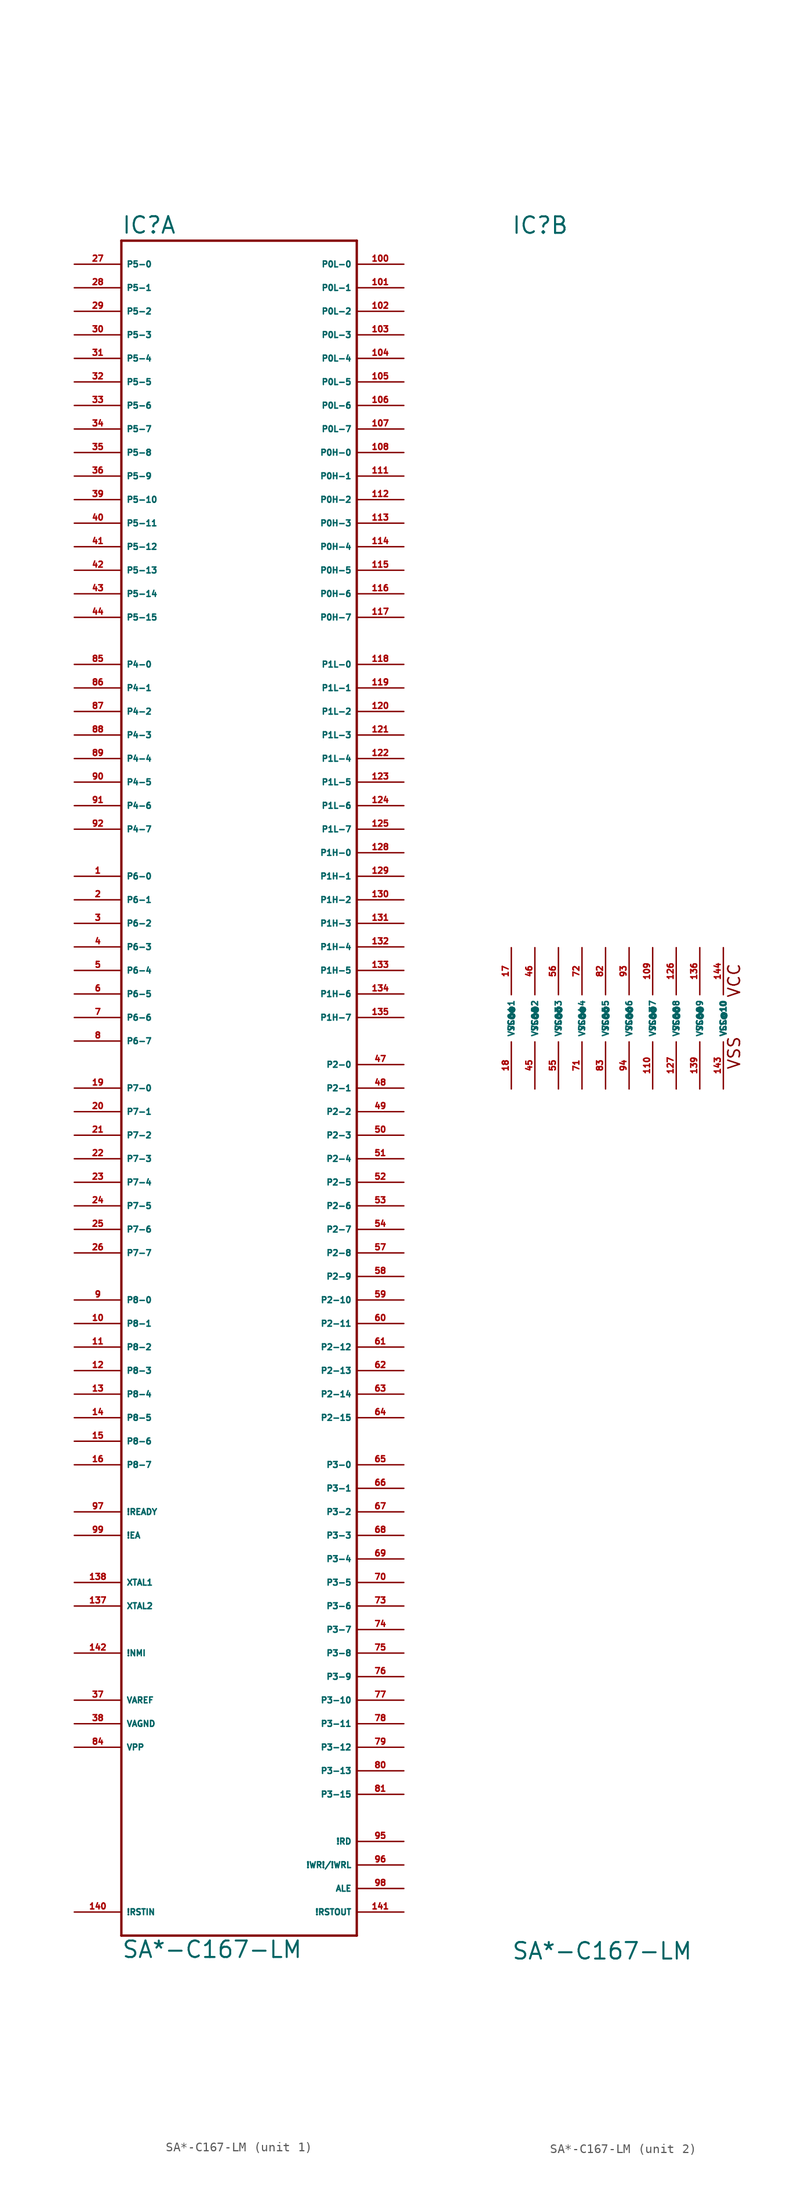
<source format=kicad_sym>
(kicad_symbol_lib
  (version 20220914)
  (generator Eagle2Kicad)
  (symbol "SA*-C167-LM"
    (property "Reference" "IC"
      (at -10.16 84.455 0)
      (effects (font (size 1.778 1.778) (thickness 0.22)) (justify left bottom)))
    (property "Value" "SA*-C167-LM"
      (at -10.16 -101.6 0)
      (effects (font (size 1.778 1.778) (thickness 0.22)) (justify left bottom)))
    (symbol "SA*-C167-LM_1_0"
      (polyline (pts (xy -10.16 -99.06) (xy 15.24 -99.06)) (stroke (width 0.254) (type default)) (fill (type none)))
      (polyline (pts (xy 15.24 -99.06) (xy 15.24 83.82)) (stroke (width 0.254) (type default)) (fill (type none)))
      (polyline (pts (xy 15.24 83.82) (xy -10.16 83.82)) (stroke (width 0.254) (type default)) (fill (type none)))
      (polyline (pts (xy -10.16 83.82) (xy -10.16 -99.06)) (stroke (width 0.254) (type default)) (fill (type none)))
      (pin input line (at -15.24 81.28 0) (length 5.08) (name "P5-0" (effects (font (size 0.635 0.635) (thickness 0.08)) (justify left bottom))) (number "27" (effects (font (size 0.635 0.635) (thickness 0.08)) (justify left bottom))))
      (pin input line (at -15.24 78.74 0) (length 5.08) (name "P5-1" (effects (font (size 0.635 0.635) (thickness 0.08)) (justify left bottom))) (number "28" (effects (font (size 0.635 0.635) (thickness 0.08)) (justify left bottom))))
      (pin input line (at -15.24 76.2 0) (length 5.08) (name "P5-2" (effects (font (size 0.635 0.635) (thickness 0.08)) (justify left bottom))) (number "29" (effects (font (size 0.635 0.635) (thickness 0.08)) (justify left bottom))))
      (pin input line (at -15.24 73.66 0) (length 5.08) (name "P5-3" (effects (font (size 0.635 0.635) (thickness 0.08)) (justify left bottom))) (number "30" (effects (font (size 0.635 0.635) (thickness 0.08)) (justify left bottom))))
      (pin input line (at -15.24 71.12 0) (length 5.08) (name "P5-4" (effects (font (size 0.635 0.635) (thickness 0.08)) (justify left bottom))) (number "31" (effects (font (size 0.635 0.635) (thickness 0.08)) (justify left bottom))))
      (pin input line (at -15.24 68.58 0) (length 5.08) (name "P5-5" (effects (font (size 0.635 0.635) (thickness 0.08)) (justify left bottom))) (number "32" (effects (font (size 0.635 0.635) (thickness 0.08)) (justify left bottom))))
      (pin input line (at -15.24 66.04 0) (length 5.08) (name "P5-6" (effects (font (size 0.635 0.635) (thickness 0.08)) (justify left bottom))) (number "33" (effects (font (size 0.635 0.635) (thickness 0.08)) (justify left bottom))))
      (pin input line (at -15.24 63.5 0) (length 5.08) (name "P5-7" (effects (font (size 0.635 0.635) (thickness 0.08)) (justify left bottom))) (number "34" (effects (font (size 0.635 0.635) (thickness 0.08)) (justify left bottom))))
      (pin input line (at -15.24 60.96 0) (length 5.08) (name "P5-8" (effects (font (size 0.635 0.635) (thickness 0.08)) (justify left bottom))) (number "35" (effects (font (size 0.635 0.635) (thickness 0.08)) (justify left bottom))))
      (pin input line (at -15.24 58.42 0) (length 5.08) (name "P5-9" (effects (font (size 0.635 0.635) (thickness 0.08)) (justify left bottom))) (number "36" (effects (font (size 0.635 0.635) (thickness 0.08)) (justify left bottom))))
      (pin input line (at -15.24 55.88 0) (length 5.08) (name "P5-10" (effects (font (size 0.635 0.635) (thickness 0.08)) (justify left bottom))) (number "39" (effects (font (size 0.635 0.635) (thickness 0.08)) (justify left bottom))))
      (pin input line (at -15.24 53.34 0) (length 5.08) (name "P5-11" (effects (font (size 0.635 0.635) (thickness 0.08)) (justify left bottom))) (number "40" (effects (font (size 0.635 0.635) (thickness 0.08)) (justify left bottom))))
      (pin input line (at -15.24 50.8 0) (length 5.08) (name "P5-12" (effects (font (size 0.635 0.635) (thickness 0.08)) (justify left bottom))) (number "41" (effects (font (size 0.635 0.635) (thickness 0.08)) (justify left bottom))))
      (pin input line (at -15.24 48.26 0) (length 5.08) (name "P5-13" (effects (font (size 0.635 0.635) (thickness 0.08)) (justify left bottom))) (number "42" (effects (font (size 0.635 0.635) (thickness 0.08)) (justify left bottom))))
      (pin input line (at -15.24 45.72 0) (length 5.08) (name "P5-14" (effects (font (size 0.635 0.635) (thickness 0.08)) (justify left bottom))) (number "43" (effects (font (size 0.635 0.635) (thickness 0.08)) (justify left bottom))))
      (pin input line (at -15.24 43.18 0) (length 5.08) (name "P5-15" (effects (font (size 0.635 0.635) (thickness 0.08)) (justify left bottom))) (number "44" (effects (font (size 0.635 0.635) (thickness 0.08)) (justify left bottom))))
      (pin bidirectional line (at 20.32 81.28 180) (length 5.08) (name "P0L-0" (effects (font (size 0.635 0.635) (thickness 0.08)) (justify left bottom))) (number "100" (effects (font (size 0.635 0.635) (thickness 0.08)) (justify left bottom))))
      (pin bidirectional line (at 20.32 78.74 180) (length 5.08) (name "P0L-1" (effects (font (size 0.635 0.635) (thickness 0.08)) (justify left bottom))) (number "101" (effects (font (size 0.635 0.635) (thickness 0.08)) (justify left bottom))))
      (pin bidirectional line (at 20.32 76.2 180) (length 5.08) (name "P0L-2" (effects (font (size 0.635 0.635) (thickness 0.08)) (justify left bottom))) (number "102" (effects (font (size 0.635 0.635) (thickness 0.08)) (justify left bottom))))
      (pin bidirectional line (at 20.32 73.66 180) (length 5.08) (name "P0L-3" (effects (font (size 0.635 0.635) (thickness 0.08)) (justify left bottom))) (number "103" (effects (font (size 0.635 0.635) (thickness 0.08)) (justify left bottom))))
      (pin bidirectional line (at 20.32 71.12 180) (length 5.08) (name "P0L-4" (effects (font (size 0.635 0.635) (thickness 0.08)) (justify left bottom))) (number "104" (effects (font (size 0.635 0.635) (thickness 0.08)) (justify left bottom))))
      (pin bidirectional line (at 20.32 68.58 180) (length 5.08) (name "P0L-5" (effects (font (size 0.635 0.635) (thickness 0.08)) (justify left bottom))) (number "105" (effects (font (size 0.635 0.635) (thickness 0.08)) (justify left bottom))))
      (pin bidirectional line (at 20.32 66.04 180) (length 5.08) (name "P0L-6" (effects (font (size 0.635 0.635) (thickness 0.08)) (justify left bottom))) (number "106" (effects (font (size 0.635 0.635) (thickness 0.08)) (justify left bottom))))
      (pin bidirectional line (at 20.32 63.5 180) (length 5.08) (name "P0L-7" (effects (font (size 0.635 0.635) (thickness 0.08)) (justify left bottom))) (number "107" (effects (font (size 0.635 0.635) (thickness 0.08)) (justify left bottom))))
      (pin bidirectional line (at 20.32 60.96 180) (length 5.08) (name "P0H-0" (effects (font (size 0.635 0.635) (thickness 0.08)) (justify left bottom))) (number "108" (effects (font (size 0.635 0.635) (thickness 0.08)) (justify left bottom))))
      (pin bidirectional line (at 20.32 58.42 180) (length 5.08) (name "P0H-1" (effects (font (size 0.635 0.635) (thickness 0.08)) (justify left bottom))) (number "111" (effects (font (size 0.635 0.635) (thickness 0.08)) (justify left bottom))))
      (pin bidirectional line (at 20.32 55.88 180) (length 5.08) (name "P0H-2" (effects (font (size 0.635 0.635) (thickness 0.08)) (justify left bottom))) (number "112" (effects (font (size 0.635 0.635) (thickness 0.08)) (justify left bottom))))
      (pin bidirectional line (at 20.32 53.34 180) (length 5.08) (name "P0H-3" (effects (font (size 0.635 0.635) (thickness 0.08)) (justify left bottom))) (number "113" (effects (font (size 0.635 0.635) (thickness 0.08)) (justify left bottom))))
      (pin bidirectional line (at 20.32 50.8 180) (length 5.08) (name "P0H-4" (effects (font (size 0.635 0.635) (thickness 0.08)) (justify left bottom))) (number "114" (effects (font (size 0.635 0.635) (thickness 0.08)) (justify left bottom))))
      (pin bidirectional line (at 20.32 48.26 180) (length 5.08) (name "P0H-5" (effects (font (size 0.635 0.635) (thickness 0.08)) (justify left bottom))) (number "115" (effects (font (size 0.635 0.635) (thickness 0.08)) (justify left bottom))))
      (pin bidirectional line (at 20.32 45.72 180) (length 5.08) (name "P0H-6" (effects (font (size 0.635 0.635) (thickness 0.08)) (justify left bottom))) (number "116" (effects (font (size 0.635 0.635) (thickness 0.08)) (justify left bottom))))
      (pin bidirectional line (at 20.32 43.18 180) (length 5.08) (name "P0H-7" (effects (font (size 0.635 0.635) (thickness 0.08)) (justify left bottom))) (number "117" (effects (font (size 0.635 0.635) (thickness 0.08)) (justify left bottom))))
      (pin bidirectional line (at 20.32 38.1 180) (length 5.08) (name "P1L-0" (effects (font (size 0.635 0.635) (thickness 0.08)) (justify left bottom))) (number "118" (effects (font (size 0.635 0.635) (thickness 0.08)) (justify left bottom))))
      (pin bidirectional line (at 20.32 35.56 180) (length 5.08) (name "P1L-1" (effects (font (size 0.635 0.635) (thickness 0.08)) (justify left bottom))) (number "119" (effects (font (size 0.635 0.635) (thickness 0.08)) (justify left bottom))))
      (pin bidirectional line (at 20.32 33.02 180) (length 5.08) (name "P1L-2" (effects (font (size 0.635 0.635) (thickness 0.08)) (justify left bottom))) (number "120" (effects (font (size 0.635 0.635) (thickness 0.08)) (justify left bottom))))
      (pin bidirectional line (at 20.32 30.48 180) (length 5.08) (name "P1L-3" (effects (font (size 0.635 0.635) (thickness 0.08)) (justify left bottom))) (number "121" (effects (font (size 0.635 0.635) (thickness 0.08)) (justify left bottom))))
      (pin bidirectional line (at 20.32 27.94 180) (length 5.08) (name "P1L-4" (effects (font (size 0.635 0.635) (thickness 0.08)) (justify left bottom))) (number "122" (effects (font (size 0.635 0.635) (thickness 0.08)) (justify left bottom))))
      (pin bidirectional line (at 20.32 25.4 180) (length 5.08) (name "P1L-5" (effects (font (size 0.635 0.635) (thickness 0.08)) (justify left bottom))) (number "123" (effects (font (size 0.635 0.635) (thickness 0.08)) (justify left bottom))))
      (pin bidirectional line (at 20.32 22.86 180) (length 5.08) (name "P1L-6" (effects (font (size 0.635 0.635) (thickness 0.08)) (justify left bottom))) (number "124" (effects (font (size 0.635 0.635) (thickness 0.08)) (justify left bottom))))
      (pin bidirectional line (at 20.32 20.32 180) (length 5.08) (name "P1L-7" (effects (font (size 0.635 0.635) (thickness 0.08)) (justify left bottom))) (number "125" (effects (font (size 0.635 0.635) (thickness 0.08)) (justify left bottom))))
      (pin bidirectional line (at 20.32 17.78 180) (length 5.08) (name "P1H-0" (effects (font (size 0.635 0.635) (thickness 0.08)) (justify left bottom))) (number "128" (effects (font (size 0.635 0.635) (thickness 0.08)) (justify left bottom))))
      (pin bidirectional line (at 20.32 15.24 180) (length 5.08) (name "P1H-1" (effects (font (size 0.635 0.635) (thickness 0.08)) (justify left bottom))) (number "129" (effects (font (size 0.635 0.635) (thickness 0.08)) (justify left bottom))))
      (pin bidirectional line (at 20.32 12.7 180) (length 5.08) (name "P1H-2" (effects (font (size 0.635 0.635) (thickness 0.08)) (justify left bottom))) (number "130" (effects (font (size 0.635 0.635) (thickness 0.08)) (justify left bottom))))
      (pin bidirectional line (at 20.32 10.16 180) (length 5.08) (name "P1H-3" (effects (font (size 0.635 0.635) (thickness 0.08)) (justify left bottom))) (number "131" (effects (font (size 0.635 0.635) (thickness 0.08)) (justify left bottom))))
      (pin bidirectional line (at 20.32 7.62 180) (length 5.08) (name "P1H-4" (effects (font (size 0.635 0.635) (thickness 0.08)) (justify left bottom))) (number "132" (effects (font (size 0.635 0.635) (thickness 0.08)) (justify left bottom))))
      (pin bidirectional line (at 20.32 5.08 180) (length 5.08) (name "P1H-5" (effects (font (size 0.635 0.635) (thickness 0.08)) (justify left bottom))) (number "133" (effects (font (size 0.635 0.635) (thickness 0.08)) (justify left bottom))))
      (pin bidirectional line (at 20.32 2.54 180) (length 5.08) (name "P1H-6" (effects (font (size 0.635 0.635) (thickness 0.08)) (justify left bottom))) (number "134" (effects (font (size 0.635 0.635) (thickness 0.08)) (justify left bottom))))
      (pin bidirectional line (at 20.32 0 180) (length 5.08) (name "P1H-7" (effects (font (size 0.635 0.635) (thickness 0.08)) (justify left bottom))) (number "135" (effects (font (size 0.635 0.635) (thickness 0.08)) (justify left bottom))))
      (pin bidirectional line (at 20.32 -5.08 180) (length 5.08) (name "P2-0" (effects (font (size 0.635 0.635) (thickness 0.08)) (justify left bottom))) (number "47" (effects (font (size 0.635 0.635) (thickness 0.08)) (justify left bottom))))
      (pin bidirectional line (at 20.32 -7.62 180) (length 5.08) (name "P2-1" (effects (font (size 0.635 0.635) (thickness 0.08)) (justify left bottom))) (number "48" (effects (font (size 0.635 0.635) (thickness 0.08)) (justify left bottom))))
      (pin bidirectional line (at 20.32 -10.16 180) (length 5.08) (name "P2-2" (effects (font (size 0.635 0.635) (thickness 0.08)) (justify left bottom))) (number "49" (effects (font (size 0.635 0.635) (thickness 0.08)) (justify left bottom))))
      (pin bidirectional line (at 20.32 -12.7 180) (length 5.08) (name "P2-3" (effects (font (size 0.635 0.635) (thickness 0.08)) (justify left bottom))) (number "50" (effects (font (size 0.635 0.635) (thickness 0.08)) (justify left bottom))))
      (pin bidirectional line (at 20.32 -15.24 180) (length 5.08) (name "P2-4" (effects (font (size 0.635 0.635) (thickness 0.08)) (justify left bottom))) (number "51" (effects (font (size 0.635 0.635) (thickness 0.08)) (justify left bottom))))
      (pin bidirectional line (at 20.32 -17.78 180) (length 5.08) (name "P2-5" (effects (font (size 0.635 0.635) (thickness 0.08)) (justify left bottom))) (number "52" (effects (font (size 0.635 0.635) (thickness 0.08)) (justify left bottom))))
      (pin bidirectional line (at 20.32 -20.32 180) (length 5.08) (name "P2-6" (effects (font (size 0.635 0.635) (thickness 0.08)) (justify left bottom))) (number "53" (effects (font (size 0.635 0.635) (thickness 0.08)) (justify left bottom))))
      (pin bidirectional line (at 20.32 -22.86 180) (length 5.08) (name "P2-7" (effects (font (size 0.635 0.635) (thickness 0.08)) (justify left bottom))) (number "54" (effects (font (size 0.635 0.635) (thickness 0.08)) (justify left bottom))))
      (pin bidirectional line (at 20.32 -25.4 180) (length 5.08) (name "P2-8" (effects (font (size 0.635 0.635) (thickness 0.08)) (justify left bottom))) (number "57" (effects (font (size 0.635 0.635) (thickness 0.08)) (justify left bottom))))
      (pin bidirectional line (at 20.32 -27.94 180) (length 5.08) (name "P2-9" (effects (font (size 0.635 0.635) (thickness 0.08)) (justify left bottom))) (number "58" (effects (font (size 0.635 0.635) (thickness 0.08)) (justify left bottom))))
      (pin bidirectional line (at 20.32 -30.48 180) (length 5.08) (name "P2-10" (effects (font (size 0.635 0.635) (thickness 0.08)) (justify left bottom))) (number "59" (effects (font (size 0.635 0.635) (thickness 0.08)) (justify left bottom))))
      (pin bidirectional line (at 20.32 -33.02 180) (length 5.08) (name "P2-11" (effects (font (size 0.635 0.635) (thickness 0.08)) (justify left bottom))) (number "60" (effects (font (size 0.635 0.635) (thickness 0.08)) (justify left bottom))))
      (pin bidirectional line (at 20.32 -35.56 180) (length 5.08) (name "P2-12" (effects (font (size 0.635 0.635) (thickness 0.08)) (justify left bottom))) (number "61" (effects (font (size 0.635 0.635) (thickness 0.08)) (justify left bottom))))
      (pin bidirectional line (at 20.32 -38.1 180) (length 5.08) (name "P2-13" (effects (font (size 0.635 0.635) (thickness 0.08)) (justify left bottom))) (number "62" (effects (font (size 0.635 0.635) (thickness 0.08)) (justify left bottom))))
      (pin bidirectional line (at 20.32 -40.64 180) (length 5.08) (name "P2-14" (effects (font (size 0.635 0.635) (thickness 0.08)) (justify left bottom))) (number "63" (effects (font (size 0.635 0.635) (thickness 0.08)) (justify left bottom))))
      (pin bidirectional line (at 20.32 -43.18 180) (length 5.08) (name "P2-15" (effects (font (size 0.635 0.635) (thickness 0.08)) (justify left bottom))) (number "64" (effects (font (size 0.635 0.635) (thickness 0.08)) (justify left bottom))))
      (pin bidirectional line (at 20.32 -48.26 180) (length 5.08) (name "P3-0" (effects (font (size 0.635 0.635) (thickness 0.08)) (justify left bottom))) (number "65" (effects (font (size 0.635 0.635) (thickness 0.08)) (justify left bottom))))
      (pin bidirectional line (at 20.32 -50.8 180) (length 5.08) (name "P3-1" (effects (font (size 0.635 0.635) (thickness 0.08)) (justify left bottom))) (number "66" (effects (font (size 0.635 0.635) (thickness 0.08)) (justify left bottom))))
      (pin bidirectional line (at 20.32 -53.34 180) (length 5.08) (name "P3-2" (effects (font (size 0.635 0.635) (thickness 0.08)) (justify left bottom))) (number "67" (effects (font (size 0.635 0.635) (thickness 0.08)) (justify left bottom))))
      (pin bidirectional line (at 20.32 -55.88 180) (length 5.08) (name "P3-3" (effects (font (size 0.635 0.635) (thickness 0.08)) (justify left bottom))) (number "68" (effects (font (size 0.635 0.635) (thickness 0.08)) (justify left bottom))))
      (pin bidirectional line (at 20.32 -58.42 180) (length 5.08) (name "P3-4" (effects (font (size 0.635 0.635) (thickness 0.08)) (justify left bottom))) (number "69" (effects (font (size 0.635 0.635) (thickness 0.08)) (justify left bottom))))
      (pin bidirectional line (at 20.32 -60.96 180) (length 5.08) (name "P3-5" (effects (font (size 0.635 0.635) (thickness 0.08)) (justify left bottom))) (number "70" (effects (font (size 0.635 0.635) (thickness 0.08)) (justify left bottom))))
      (pin bidirectional line (at 20.32 -63.5 180) (length 5.08) (name "P3-6" (effects (font (size 0.635 0.635) (thickness 0.08)) (justify left bottom))) (number "73" (effects (font (size 0.635 0.635) (thickness 0.08)) (justify left bottom))))
      (pin bidirectional line (at 20.32 -66.04 180) (length 5.08) (name "P3-7" (effects (font (size 0.635 0.635) (thickness 0.08)) (justify left bottom))) (number "74" (effects (font (size 0.635 0.635) (thickness 0.08)) (justify left bottom))))
      (pin bidirectional line (at 20.32 -68.58 180) (length 5.08) (name "P3-8" (effects (font (size 0.635 0.635) (thickness 0.08)) (justify left bottom))) (number "75" (effects (font (size 0.635 0.635) (thickness 0.08)) (justify left bottom))))
      (pin bidirectional line (at 20.32 -71.12 180) (length 5.08) (name "P3-9" (effects (font (size 0.635 0.635) (thickness 0.08)) (justify left bottom))) (number "76" (effects (font (size 0.635 0.635) (thickness 0.08)) (justify left bottom))))
      (pin bidirectional line (at 20.32 -73.66 180) (length 5.08) (name "P3-10" (effects (font (size 0.635 0.635) (thickness 0.08)) (justify left bottom))) (number "77" (effects (font (size 0.635 0.635) (thickness 0.08)) (justify left bottom))))
      (pin bidirectional line (at 20.32 -76.2 180) (length 5.08) (name "P3-11" (effects (font (size 0.635 0.635) (thickness 0.08)) (justify left bottom))) (number "78" (effects (font (size 0.635 0.635) (thickness 0.08)) (justify left bottom))))
      (pin bidirectional line (at 20.32 -78.74 180) (length 5.08) (name "P3-12" (effects (font (size 0.635 0.635) (thickness 0.08)) (justify left bottom))) (number "79" (effects (font (size 0.635 0.635) (thickness 0.08)) (justify left bottom))))
      (pin bidirectional line (at 20.32 -81.28 180) (length 5.08) (name "P3-13" (effects (font (size 0.635 0.635) (thickness 0.08)) (justify left bottom))) (number "80" (effects (font (size 0.635 0.635) (thickness 0.08)) (justify left bottom))))
      (pin bidirectional line (at 20.32 -83.82 180) (length 5.08) (name "P3-15" (effects (font (size 0.635 0.635) (thickness 0.08)) (justify left bottom))) (number "81" (effects (font (size 0.635 0.635) (thickness 0.08)) (justify left bottom))))
      (pin bidirectional line (at -15.24 38.1 0) (length 5.08) (name "P4-0" (effects (font (size 0.635 0.635) (thickness 0.08)) (justify left bottom))) (number "85" (effects (font (size 0.635 0.635) (thickness 0.08)) (justify left bottom))))
      (pin bidirectional line (at -15.24 35.56 0) (length 5.08) (name "P4-1" (effects (font (size 0.635 0.635) (thickness 0.08)) (justify left bottom))) (number "86" (effects (font (size 0.635 0.635) (thickness 0.08)) (justify left bottom))))
      (pin bidirectional line (at -15.24 33.02 0) (length 5.08) (name "P4-2" (effects (font (size 0.635 0.635) (thickness 0.08)) (justify left bottom))) (number "87" (effects (font (size 0.635 0.635) (thickness 0.08)) (justify left bottom))))
      (pin bidirectional line (at -15.24 30.48 0) (length 5.08) (name "P4-3" (effects (font (size 0.635 0.635) (thickness 0.08)) (justify left bottom))) (number "88" (effects (font (size 0.635 0.635) (thickness 0.08)) (justify left bottom))))
      (pin bidirectional line (at -15.24 27.94 0) (length 5.08) (name "P4-4" (effects (font (size 0.635 0.635) (thickness 0.08)) (justify left bottom))) (number "89" (effects (font (size 0.635 0.635) (thickness 0.08)) (justify left bottom))))
      (pin bidirectional line (at -15.24 25.4 0) (length 5.08) (name "P4-5" (effects (font (size 0.635 0.635) (thickness 0.08)) (justify left bottom))) (number "90" (effects (font (size 0.635 0.635) (thickness 0.08)) (justify left bottom))))
      (pin bidirectional line (at -15.24 22.86 0) (length 5.08) (name "P4-6" (effects (font (size 0.635 0.635) (thickness 0.08)) (justify left bottom))) (number "91" (effects (font (size 0.635 0.635) (thickness 0.08)) (justify left bottom))))
      (pin bidirectional line (at -15.24 20.32 0) (length 5.08) (name "P4-7" (effects (font (size 0.635 0.635) (thickness 0.08)) (justify left bottom))) (number "92" (effects (font (size 0.635 0.635) (thickness 0.08)) (justify left bottom))))
      (pin bidirectional line (at -15.24 15.24 0) (length 5.08) (name "P6-0" (effects (font (size 0.635 0.635) (thickness 0.08)) (justify left bottom))) (number "1" (effects (font (size 0.635 0.635) (thickness 0.08)) (justify left bottom))))
      (pin bidirectional line (at -15.24 12.7 0) (length 5.08) (name "P6-1" (effects (font (size 0.635 0.635) (thickness 0.08)) (justify left bottom))) (number "2" (effects (font (size 0.635 0.635) (thickness 0.08)) (justify left bottom))))
      (pin bidirectional line (at -15.24 10.16 0) (length 5.08) (name "P6-2" (effects (font (size 0.635 0.635) (thickness 0.08)) (justify left bottom))) (number "3" (effects (font (size 0.635 0.635) (thickness 0.08)) (justify left bottom))))
      (pin bidirectional line (at -15.24 7.62 0) (length 5.08) (name "P6-3" (effects (font (size 0.635 0.635) (thickness 0.08)) (justify left bottom))) (number "4" (effects (font (size 0.635 0.635) (thickness 0.08)) (justify left bottom))))
      (pin bidirectional line (at -15.24 5.08 0) (length 5.08) (name "P6-4" (effects (font (size 0.635 0.635) (thickness 0.08)) (justify left bottom))) (number "5" (effects (font (size 0.635 0.635) (thickness 0.08)) (justify left bottom))))
      (pin bidirectional line (at -15.24 2.54 0) (length 5.08) (name "P6-5" (effects (font (size 0.635 0.635) (thickness 0.08)) (justify left bottom))) (number "6" (effects (font (size 0.635 0.635) (thickness 0.08)) (justify left bottom))))
      (pin bidirectional line (at -15.24 0 0) (length 5.08) (name "P6-6" (effects (font (size 0.635 0.635) (thickness 0.08)) (justify left bottom))) (number "7" (effects (font (size 0.635 0.635) (thickness 0.08)) (justify left bottom))))
      (pin bidirectional line (at -15.24 -2.54 0) (length 5.08) (name "P6-7" (effects (font (size 0.635 0.635) (thickness 0.08)) (justify left bottom))) (number "8" (effects (font (size 0.635 0.635) (thickness 0.08)) (justify left bottom))))
      (pin bidirectional line (at -15.24 -7.62 0) (length 5.08) (name "P7-0" (effects (font (size 0.635 0.635) (thickness 0.08)) (justify left bottom))) (number "19" (effects (font (size 0.635 0.635) (thickness 0.08)) (justify left bottom))))
      (pin bidirectional line (at -15.24 -10.16 0) (length 5.08) (name "P7-1" (effects (font (size 0.635 0.635) (thickness 0.08)) (justify left bottom))) (number "20" (effects (font (size 0.635 0.635) (thickness 0.08)) (justify left bottom))))
      (pin bidirectional line (at -15.24 -12.7 0) (length 5.08) (name "P7-2" (effects (font (size 0.635 0.635) (thickness 0.08)) (justify left bottom))) (number "21" (effects (font (size 0.635 0.635) (thickness 0.08)) (justify left bottom))))
      (pin bidirectional line (at -15.24 -15.24 0) (length 5.08) (name "P7-3" (effects (font (size 0.635 0.635) (thickness 0.08)) (justify left bottom))) (number "22" (effects (font (size 0.635 0.635) (thickness 0.08)) (justify left bottom))))
      (pin bidirectional line (at -15.24 -17.78 0) (length 5.08) (name "P7-4" (effects (font (size 0.635 0.635) (thickness 0.08)) (justify left bottom))) (number "23" (effects (font (size 0.635 0.635) (thickness 0.08)) (justify left bottom))))
      (pin bidirectional line (at -15.24 -20.32 0) (length 5.08) (name "P7-5" (effects (font (size 0.635 0.635) (thickness 0.08)) (justify left bottom))) (number "24" (effects (font (size 0.635 0.635) (thickness 0.08)) (justify left bottom))))
      (pin bidirectional line (at -15.24 -22.86 0) (length 5.08) (name "P7-6" (effects (font (size 0.635 0.635) (thickness 0.08)) (justify left bottom))) (number "25" (effects (font (size 0.635 0.635) (thickness 0.08)) (justify left bottom))))
      (pin bidirectional line (at -15.24 -25.4 0) (length 5.08) (name "P7-7" (effects (font (size 0.635 0.635) (thickness 0.08)) (justify left bottom))) (number "26" (effects (font (size 0.635 0.635) (thickness 0.08)) (justify left bottom))))
      (pin bidirectional line (at -15.24 -30.48 0) (length 5.08) (name "P8-0" (effects (font (size 0.635 0.635) (thickness 0.08)) (justify left bottom))) (number "9" (effects (font (size 0.635 0.635) (thickness 0.08)) (justify left bottom))))
      (pin bidirectional line (at -15.24 -33.02 0) (length 5.08) (name "P8-1" (effects (font (size 0.635 0.635) (thickness 0.08)) (justify left bottom))) (number "10" (effects (font (size 0.635 0.635) (thickness 0.08)) (justify left bottom))))
      (pin bidirectional line (at -15.24 -35.56 0) (length 5.08) (name "P8-2" (effects (font (size 0.635 0.635) (thickness 0.08)) (justify left bottom))) (number "11" (effects (font (size 0.635 0.635) (thickness 0.08)) (justify left bottom))))
      (pin bidirectional line (at -15.24 -38.1 0) (length 5.08) (name "P8-3" (effects (font (size 0.635 0.635) (thickness 0.08)) (justify left bottom))) (number "12" (effects (font (size 0.635 0.635) (thickness 0.08)) (justify left bottom))))
      (pin bidirectional line (at -15.24 -40.64 0) (length 5.08) (name "P8-4" (effects (font (size 0.635 0.635) (thickness 0.08)) (justify left bottom))) (number "13" (effects (font (size 0.635 0.635) (thickness 0.08)) (justify left bottom))))
      (pin bidirectional line (at -15.24 -43.18 0) (length 5.08) (name "P8-5" (effects (font (size 0.635 0.635) (thickness 0.08)) (justify left bottom))) (number "14" (effects (font (size 0.635 0.635) (thickness 0.08)) (justify left bottom))))
      (pin bidirectional line (at -15.24 -45.72 0) (length 5.08) (name "P8-6" (effects (font (size 0.635 0.635) (thickness 0.08)) (justify left bottom))) (number "15" (effects (font (size 0.635 0.635) (thickness 0.08)) (justify left bottom))))
      (pin bidirectional line (at -15.24 -48.26 0) (length 5.08) (name "P8-7" (effects (font (size 0.635 0.635) (thickness 0.08)) (justify left bottom))) (number "16" (effects (font (size 0.635 0.635) (thickness 0.08)) (justify left bottom))))
      (pin output line (at 20.32 -88.9 180) (length 5.08) (name "!RD" (effects (font (size 0.635 0.635) (thickness 0.08)) (justify left bottom))) (number "95" (effects (font (size 0.635 0.635) (thickness 0.08)) (justify left bottom))))
      (pin output line (at 20.32 -91.44 180) (length 5.08) (name "!WR!/!WRL" (effects (font (size 0.635 0.635) (thickness 0.08)) (justify left bottom))) (number "96" (effects (font (size 0.635 0.635) (thickness 0.08)) (justify left bottom))))
      (pin input line (at -15.24 -53.34 0) (length 5.08) (name "!READY" (effects (font (size 0.635 0.635) (thickness 0.08)) (justify left bottom))) (number "97" (effects (font (size 0.635 0.635) (thickness 0.08)) (justify left bottom))))
      (pin input line (at -15.24 -55.88 0) (length 5.08) (name "!EA" (effects (font (size 0.635 0.635) (thickness 0.08)) (justify left bottom))) (number "99" (effects (font (size 0.635 0.635) (thickness 0.08)) (justify left bottom))))
      (pin output line (at 20.32 -93.98 180) (length 5.08) (name "ALE" (effects (font (size 0.635 0.635) (thickness 0.08)) (justify left bottom))) (number "98" (effects (font (size 0.635 0.635) (thickness 0.08)) (justify left bottom))))
      (pin output line (at -15.24 -63.5 0) (length 5.08) (name "XTAL2" (effects (font (size 0.635 0.635) (thickness 0.08)) (justify left bottom))) (number "137" (effects (font (size 0.635 0.635) (thickness 0.08)) (justify left bottom))))
      (pin input line (at -15.24 -60.96 0) (length 5.08) (name "XTAL1" (effects (font (size 0.635 0.635) (thickness 0.08)) (justify left bottom))) (number "138" (effects (font (size 0.635 0.635) (thickness 0.08)) (justify left bottom))))
      (pin input line (at -15.24 -96.52 0) (length 5.08) (name "!RSTIN" (effects (font (size 0.635 0.635) (thickness 0.08)) (justify left bottom))) (number "140" (effects (font (size 0.635 0.635) (thickness 0.08)) (justify left bottom))))
      (pin input line (at -15.24 -68.58 0) (length 5.08) (name "!NMI" (effects (font (size 0.635 0.635) (thickness 0.08)) (justify left bottom))) (number "142" (effects (font (size 0.635 0.635) (thickness 0.08)) (justify left bottom))))
      (pin output line (at 20.32 -96.52 180) (length 5.08) (name "!RSTOUT" (effects (font (size 0.635 0.635) (thickness 0.08)) (justify left bottom))) (number "141" (effects (font (size 0.635 0.635) (thickness 0.08)) (justify left bottom))))
      (pin passive line (at -15.24 -73.66 0) (length 5.08) (name "VAREF" (effects (font (size 0.635 0.635) (thickness 0.08)) (justify left bottom))) (number "37" (effects (font (size 0.635 0.635) (thickness 0.08)) (justify left bottom))))
      (pin passive line (at -15.24 -76.2 0) (length 5.08) (name "VAGND" (effects (font (size 0.635 0.635) (thickness 0.08)) (justify left bottom))) (number "38" (effects (font (size 0.635 0.635) (thickness 0.08)) (justify left bottom))))
      (pin passive line (at -15.24 -78.74 0) (length 5.08) (name "VPP" (effects (font (size 0.635 0.635) (thickness 0.08)) (justify left bottom))) (number "84" (effects (font (size 0.635 0.635) (thickness 0.08)) (justify left bottom)))))
    (symbol "SA*-C167-LM_2_0"
      (text "VSS" (at 14.605 -5.588 900) (effects (font (size 1.27 1.27) (thickness 0.16)) (justify left bottom)))
      (text "VCC" (at 14.605 2.159 900) (effects (font (size 1.27 1.27) (thickness 0.16)) (justify left bottom)))
      (pin unspecified line (at -10.16 -7.62 90) (length 5.08) (name "VSS@1" (effects (font (size 0.635 0.635) (thickness 0.08)) (justify left bottom))) (number "18" (effects (font (size 0.635 0.635) (thickness 0.08)) (justify left bottom))))
      (pin unspecified line (at -7.62 -7.62 90) (length 5.08) (name "VSS@2" (effects (font (size 0.635 0.635) (thickness 0.08)) (justify left bottom))) (number "45" (effects (font (size 0.635 0.635) (thickness 0.08)) (justify left bottom))))
      (pin unspecified line (at -2.54 -7.62 90) (length 5.08) (name "VSS@4" (effects (font (size 0.635 0.635) (thickness 0.08)) (justify left bottom))) (number "71" (effects (font (size 0.635 0.635) (thickness 0.08)) (justify left bottom))))
      (pin unspecified line (at -5.08 -7.62 90) (length 5.08) (name "VSS@3" (effects (font (size 0.635 0.635) (thickness 0.08)) (justify left bottom))) (number "55" (effects (font (size 0.635 0.635) (thickness 0.08)) (justify left bottom))))
      (pin unspecified line (at 0 -7.62 90) (length 5.08) (name "VSS@5" (effects (font (size 0.635 0.635) (thickness 0.08)) (justify left bottom))) (number "83" (effects (font (size 0.635 0.635) (thickness 0.08)) (justify left bottom))))
      (pin unspecified line (at 2.54 -7.62 90) (length 5.08) (name "VSS@6" (effects (font (size 0.635 0.635) (thickness 0.08)) (justify left bottom))) (number "94" (effects (font (size 0.635 0.635) (thickness 0.08)) (justify left bottom))))
      (pin unspecified line (at 5.08 -7.62 90) (length 5.08) (name "VSS@7" (effects (font (size 0.635 0.635) (thickness 0.08)) (justify left bottom))) (number "110" (effects (font (size 0.635 0.635) (thickness 0.08)) (justify left bottom))))
      (pin unspecified line (at 7.62 -7.62 90) (length 5.08) (name "VSS@8" (effects (font (size 0.635 0.635) (thickness 0.08)) (justify left bottom))) (number "127" (effects (font (size 0.635 0.635) (thickness 0.08)) (justify left bottom))))
      (pin unspecified line (at 10.16 -7.62 90) (length 5.08) (name "VSS@9" (effects (font (size 0.635 0.635) (thickness 0.08)) (justify left bottom))) (number "139" (effects (font (size 0.635 0.635) (thickness 0.08)) (justify left bottom))))
      (pin unspecified line (at 12.7 -7.62 90) (length 5.08) (name "VSS@10" (effects (font (size 0.635 0.635) (thickness 0.08)) (justify left bottom))) (number "143" (effects (font (size 0.635 0.635) (thickness 0.08)) (justify left bottom))))
      (pin unspecified line (at -10.16 7.62 270) (length 5.08) (name "VCC@1" (effects (font (size 0.635 0.635) (thickness 0.08)) (justify left bottom))) (number "17" (effects (font (size 0.635 0.635) (thickness 0.08)) (justify left bottom))))
      (pin unspecified line (at -7.62 7.62 270) (length 5.08) (name "VCC@2" (effects (font (size 0.635 0.635) (thickness 0.08)) (justify left bottom))) (number "46" (effects (font (size 0.635 0.635) (thickness 0.08)) (justify left bottom))))
      (pin unspecified line (at -5.08 7.62 270) (length 5.08) (name "VCC@3" (effects (font (size 0.635 0.635) (thickness 0.08)) (justify left bottom))) (number "56" (effects (font (size 0.635 0.635) (thickness 0.08)) (justify left bottom))))
      (pin unspecified line (at -2.54 7.62 270) (length 5.08) (name "VCC@4" (effects (font (size 0.635 0.635) (thickness 0.08)) (justify left bottom))) (number "72" (effects (font (size 0.635 0.635) (thickness 0.08)) (justify left bottom))))
      (pin unspecified line (at 0 7.62 270) (length 5.08) (name "VCC@5" (effects (font (size 0.635 0.635) (thickness 0.08)) (justify left bottom))) (number "82" (effects (font (size 0.635 0.635) (thickness 0.08)) (justify left bottom))))
      (pin unspecified line (at 2.54 7.62 270) (length 5.08) (name "VCC@6" (effects (font (size 0.635 0.635) (thickness 0.08)) (justify left bottom))) (number "93" (effects (font (size 0.635 0.635) (thickness 0.08)) (justify left bottom))))
      (pin unspecified line (at 5.08 7.62 270) (length 5.08) (name "VCC@7" (effects (font (size 0.635 0.635) (thickness 0.08)) (justify left bottom))) (number "109" (effects (font (size 0.635 0.635) (thickness 0.08)) (justify left bottom))))
      (pin unspecified line (at 7.62 7.62 270) (length 5.08) (name "VCC@8" (effects (font (size 0.635 0.635) (thickness 0.08)) (justify left bottom))) (number "126" (effects (font (size 0.635 0.635) (thickness 0.08)) (justify left bottom))))
      (pin unspecified line (at 10.16 7.62 270) (length 5.08) (name "VCC@9" (effects (font (size 0.635 0.635) (thickness 0.08)) (justify left bottom))) (number "136" (effects (font (size 0.635 0.635) (thickness 0.08)) (justify left bottom))))
      (pin unspecified line (at 12.7 7.62 270) (length 5.08) (name "VCC@10" (effects (font (size 0.635 0.635) (thickness 0.08)) (justify left bottom))) (number "144" (effects (font (size 0.635 0.635) (thickness 0.08)) (justify left bottom)))))))
</source>
